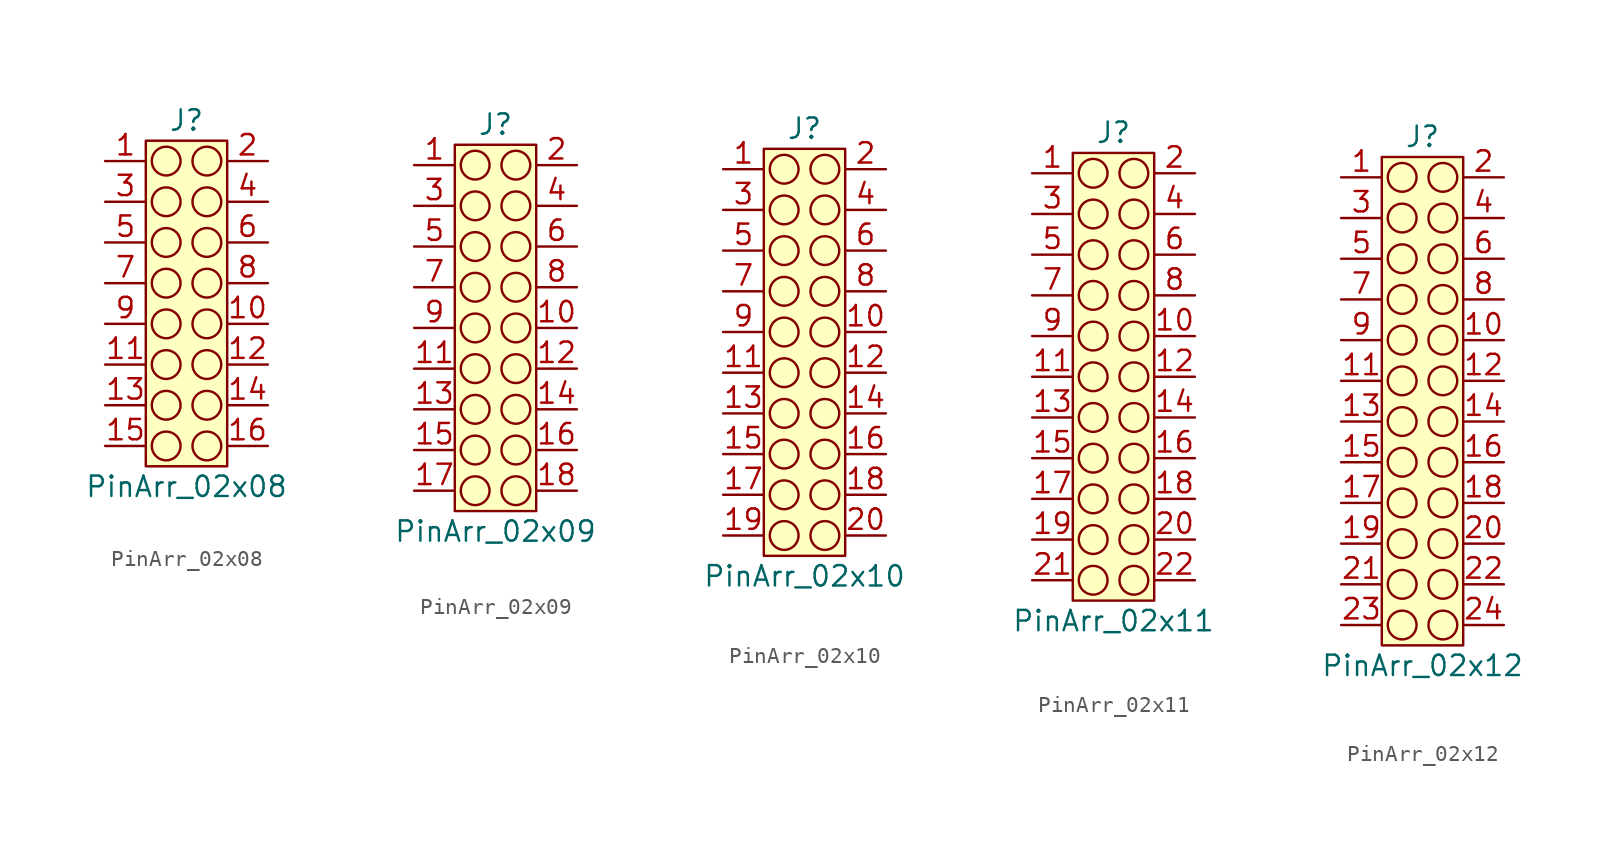
<source format=kicad_sym>
(kicad_symbol_lib
  (version 20220914)
  (generator kicad_symbol_editor)
  (symbol "PinArr_02x08"
    (property "Reference" "J"
      (at 0 11.43 0)
      (effects (font (size 1.27 1.27))))
    (property "Value" "PinArr_02x08"
      (at 0 -11.43 0)
      (effects (font (size 1.27 1.27))))
    (symbol "PinArr_02x08_0_1"
      (circle (center -1.27 -8.89) (radius 0.898) (stroke (width 0) (type default)) (fill (type none)))
      (circle (center -1.27 -6.35) (radius 0.898) (stroke (width 0) (type default)) (fill (type none)))
      (circle (center -1.27 -3.81) (radius 0.898) (stroke (width 0) (type default)) (fill (type none)))
      (circle (center -1.27 -1.27) (radius 0.898) (stroke (width 0) (type default)) (fill (type none)))
      (circle (center -1.27 1.27) (radius 0.898) (stroke (width 0) (type default)) (fill (type none)))
      (circle (center -1.27 3.81) (radius 0.898) (stroke (width 0) (type default)) (fill (type none)))
      (circle (center -1.27 6.35) (radius 0.898) (stroke (width 0) (type default)) (fill (type none)))
      (circle (center -1.27 8.89) (radius 0.898) (stroke (width 0) (type default)) (fill (type none)))
      (circle (center 1.27 -8.89) (radius 0.898) (stroke (width 0) (type default)) (fill (type none)))
      (circle (center 1.27 -6.35) (radius 0.898) (stroke (width 0) (type default)) (fill (type none)))
      (circle (center 1.27 -3.81) (radius 0.898) (stroke (width 0) (type default)) (fill (type none)))
      (circle (center 1.27 -1.27) (radius 0.898) (stroke (width 0) (type default)) (fill (type none)))
      (circle (center 1.27 1.27) (radius 0.898) (stroke (width 0) (type default)) (fill (type none)))
      (circle (center 1.27 3.81) (radius 0.898) (stroke (width 0) (type default)) (fill (type none)))
      (circle (center 1.27 6.35) (radius 0.898) (stroke (width 0) (type default)) (fill (type none)))
      (circle (center 1.27 8.89) (radius 0.898) (stroke (width 0) (type default)) (fill (type none))))
    (symbol "PinArr_02x08_1_1"
      (rectangle (start -2.54 10.16) (end 2.54 -10.16) (stroke (width 0) (type default)) (fill (type background)))
      (pin passive line (at -5.08 8.89 0) (length 2.54) (name "" (effects (font (size 1.27 1.27)))) (number "1" (effects (font (size 1.27 1.27)))))
      (pin passive line (at 5.08 -1.27 180) (length 2.54) (name "" (effects (font (size 1.27 1.27)))) (number "10" (effects (font (size 1.27 1.27)))))
      (pin passive line (at -5.08 -3.81 0) (length 2.54) (name "" (effects (font (size 1.27 1.27)))) (number "11" (effects (font (size 1.27 1.27)))))
      (pin passive line (at 5.08 -3.81 180) (length 2.54) (name "" (effects (font (size 1.27 1.27)))) (number "12" (effects (font (size 1.27 1.27)))))
      (pin passive line (at -5.08 -6.35 0) (length 2.54) (name "" (effects (font (size 1.27 1.27)))) (number "13" (effects (font (size 1.27 1.27)))))
      (pin passive line (at 5.08 -6.35 180) (length 2.54) (name "" (effects (font (size 1.27 1.27)))) (number "14" (effects (font (size 1.27 1.27)))))
      (pin passive line (at -5.08 -8.89 0) (length 2.54) (name "" (effects (font (size 1.27 1.27)))) (number "15" (effects (font (size 1.27 1.27)))))
      (pin passive line (at 5.08 -8.89 180) (length 2.54) (name "" (effects (font (size 1.27 1.27)))) (number "16" (effects (font (size 1.27 1.27)))))
      (pin passive line (at 5.08 8.89 180) (length 2.54) (name "" (effects (font (size 1.27 1.27)))) (number "2" (effects (font (size 1.27 1.27)))))
      (pin passive line (at -5.08 6.35 0) (length 2.54) (name "" (effects (font (size 1.27 1.27)))) (number "3" (effects (font (size 1.27 1.27)))))
      (pin passive line (at 5.08 6.35 180) (length 2.54) (name "" (effects (font (size 1.27 1.27)))) (number "4" (effects (font (size 1.27 1.27)))))
      (pin passive line (at -5.08 3.81 0) (length 2.54) (name "" (effects (font (size 1.27 1.27)))) (number "5" (effects (font (size 1.27 1.27)))))
      (pin passive line (at 5.08 3.81 180) (length 2.54) (name "" (effects (font (size 1.27 1.27)))) (number "6" (effects (font (size 1.27 1.27)))))
      (pin passive line (at -5.08 1.27 0) (length 2.54) (name "" (effects (font (size 1.27 1.27)))) (number "7" (effects (font (size 1.27 1.27)))))
      (pin passive line (at 5.08 1.27 180) (length 2.54) (name "" (effects (font (size 1.27 1.27)))) (number "8" (effects (font (size 1.27 1.27)))))
      (pin passive line (at -5.08 -1.27 0) (length 2.54) (name "" (effects (font (size 1.27 1.27)))) (number "9" (effects (font (size 1.27 1.27)))))))
  (symbol "PinArr_02x09"
    (property "Reference" "J"
      (at 0 12.7 0)
      (effects (font (size 1.27 1.27))))
    (property "Value" "PinArr_02x09"
      (at 0 -12.7 0)
      (effects (font (size 1.27 1.27))))
    (symbol "PinArr_02x09_0_1"
      (circle (center -1.27 -10.16) (radius 0.898) (stroke (width 0) (type default)) (fill (type none)))
      (circle (center -1.27 -7.62) (radius 0.898) (stroke (width 0) (type default)) (fill (type none)))
      (circle (center -1.27 -5.08) (radius 0.898) (stroke (width 0) (type default)) (fill (type none)))
      (circle (center -1.27 -2.54) (radius 0.898) (stroke (width 0) (type default)) (fill (type none)))
      (circle (center -1.27 0) (radius 0.898) (stroke (width 0) (type default)) (fill (type none)))
      (circle (center -1.27 2.54) (radius 0.898) (stroke (width 0) (type default)) (fill (type none)))
      (circle (center -1.27 5.08) (radius 0.898) (stroke (width 0) (type default)) (fill (type none)))
      (circle (center -1.27 7.62) (radius 0.898) (stroke (width 0) (type default)) (fill (type none)))
      (circle (center -1.27 10.16) (radius 0.898) (stroke (width 0) (type default)) (fill (type none)))
      (circle (center 1.27 -10.16) (radius 0.898) (stroke (width 0) (type default)) (fill (type none)))
      (circle (center 1.27 -7.62) (radius 0.898) (stroke (width 0) (type default)) (fill (type none)))
      (circle (center 1.27 -5.08) (radius 0.898) (stroke (width 0) (type default)) (fill (type none)))
      (circle (center 1.27 -2.54) (radius 0.898) (stroke (width 0) (type default)) (fill (type none)))
      (circle (center 1.27 0) (radius 0.898) (stroke (width 0) (type default)) (fill (type none)))
      (circle (center 1.27 2.54) (radius 0.898) (stroke (width 0) (type default)) (fill (type none)))
      (circle (center 1.27 5.08) (radius 0.898) (stroke (width 0) (type default)) (fill (type none)))
      (circle (center 1.27 7.62) (radius 0.898) (stroke (width 0) (type default)) (fill (type none)))
      (circle (center 1.27 10.16) (radius 0.898) (stroke (width 0) (type default)) (fill (type none))))
    (symbol "PinArr_02x09_1_1"
      (rectangle (start -2.54 11.43) (end 2.54 -11.43) (stroke (width 0) (type default)) (fill (type background)))
      (pin passive line (at -5.08 10.16 0) (length 2.54) (name "" (effects (font (size 1.27 1.27)))) (number "1" (effects (font (size 1.27 1.27)))))
      (pin passive line (at 5.08 0 180) (length 2.54) (name "" (effects (font (size 1.27 1.27)))) (number "10" (effects (font (size 1.27 1.27)))))
      (pin passive line (at -5.08 -2.54 0) (length 2.54) (name "" (effects (font (size 1.27 1.27)))) (number "11" (effects (font (size 1.27 1.27)))))
      (pin passive line (at 5.08 -2.54 180) (length 2.54) (name "" (effects (font (size 1.27 1.27)))) (number "12" (effects (font (size 1.27 1.27)))))
      (pin passive line (at -5.08 -5.08 0) (length 2.54) (name "" (effects (font (size 1.27 1.27)))) (number "13" (effects (font (size 1.27 1.27)))))
      (pin passive line (at 5.08 -5.08 180) (length 2.54) (name "" (effects (font (size 1.27 1.27)))) (number "14" (effects (font (size 1.27 1.27)))))
      (pin passive line (at -5.08 -7.62 0) (length 2.54) (name "" (effects (font (size 1.27 1.27)))) (number "15" (effects (font (size 1.27 1.27)))))
      (pin passive line (at 5.08 -7.62 180) (length 2.54) (name "" (effects (font (size 1.27 1.27)))) (number "16" (effects (font (size 1.27 1.27)))))
      (pin passive line (at -5.08 -10.16 0) (length 2.54) (name "" (effects (font (size 1.27 1.27)))) (number "17" (effects (font (size 1.27 1.27)))))
      (pin passive line (at 5.08 -10.16 180) (length 2.54) (name "" (effects (font (size 1.27 1.27)))) (number "18" (effects (font (size 1.27 1.27)))))
      (pin passive line (at 5.08 10.16 180) (length 2.54) (name "" (effects (font (size 1.27 1.27)))) (number "2" (effects (font (size 1.27 1.27)))))
      (pin passive line (at -5.08 7.62 0) (length 2.54) (name "" (effects (font (size 1.27 1.27)))) (number "3" (effects (font (size 1.27 1.27)))))
      (pin passive line (at 5.08 7.62 180) (length 2.54) (name "" (effects (font (size 1.27 1.27)))) (number "4" (effects (font (size 1.27 1.27)))))
      (pin passive line (at -5.08 5.08 0) (length 2.54) (name "" (effects (font (size 1.27 1.27)))) (number "5" (effects (font (size 1.27 1.27)))))
      (pin passive line (at 5.08 5.08 180) (length 2.54) (name "" (effects (font (size 1.27 1.27)))) (number "6" (effects (font (size 1.27 1.27)))))
      (pin passive line (at -5.08 2.54 0) (length 2.54) (name "" (effects (font (size 1.27 1.27)))) (number "7" (effects (font (size 1.27 1.27)))))
      (pin passive line (at 5.08 2.54 180) (length 2.54) (name "" (effects (font (size 1.27 1.27)))) (number "8" (effects (font (size 1.27 1.27)))))
      (pin passive line (at -5.08 0 0) (length 2.54) (name "" (effects (font (size 1.27 1.27)))) (number "9" (effects (font (size 1.27 1.27)))))))
  (symbol "PinArr_02x10"
    (property "Reference" "J"
      (at 0 13.97 0)
      (effects (font (size 1.27 1.27))))
    (property "Value" "PinArr_02x10"
      (at 0 -13.97 0)
      (effects (font (size 1.27 1.27))))
    (symbol "PinArr_02x10_0_1"
      (circle (center -1.27 -11.43) (radius 0.898) (stroke (width 0) (type default)) (fill (type none)))
      (circle (center -1.27 -8.89) (radius 0.898) (stroke (width 0) (type default)) (fill (type none)))
      (circle (center -1.27 -6.35) (radius 0.898) (stroke (width 0) (type default)) (fill (type none)))
      (circle (center -1.27 -3.81) (radius 0.898) (stroke (width 0) (type default)) (fill (type none)))
      (circle (center -1.27 -1.27) (radius 0.898) (stroke (width 0) (type default)) (fill (type none)))
      (circle (center -1.27 1.27) (radius 0.898) (stroke (width 0) (type default)) (fill (type none)))
      (circle (center -1.27 3.81) (radius 0.898) (stroke (width 0) (type default)) (fill (type none)))
      (circle (center -1.27 6.35) (radius 0.898) (stroke (width 0) (type default)) (fill (type none)))
      (circle (center -1.27 8.89) (radius 0.898) (stroke (width 0) (type default)) (fill (type none)))
      (circle (center -1.27 11.43) (radius 0.898) (stroke (width 0) (type default)) (fill (type none)))
      (circle (center 1.27 -11.43) (radius 0.898) (stroke (width 0) (type default)) (fill (type none)))
      (circle (center 1.27 -8.89) (radius 0.898) (stroke (width 0) (type default)) (fill (type none)))
      (circle (center 1.27 -6.35) (radius 0.898) (stroke (width 0) (type default)) (fill (type none)))
      (circle (center 1.27 -3.81) (radius 0.898) (stroke (width 0) (type default)) (fill (type none)))
      (circle (center 1.27 -1.27) (radius 0.898) (stroke (width 0) (type default)) (fill (type none)))
      (circle (center 1.27 1.27) (radius 0.898) (stroke (width 0) (type default)) (fill (type none)))
      (circle (center 1.27 3.81) (radius 0.898) (stroke (width 0) (type default)) (fill (type none)))
      (circle (center 1.27 6.35) (radius 0.898) (stroke (width 0) (type default)) (fill (type none)))
      (circle (center 1.27 8.89) (radius 0.898) (stroke (width 0) (type default)) (fill (type none)))
      (circle (center 1.27 11.43) (radius 0.898) (stroke (width 0) (type default)) (fill (type none))))
    (symbol "PinArr_02x10_1_1"
      (rectangle (start -2.54 12.7) (end 2.54 -12.7) (stroke (width 0) (type default)) (fill (type background)))
      (pin passive line (at -5.08 11.43 0) (length 2.54) (name "" (effects (font (size 1.27 1.27)))) (number "1" (effects (font (size 1.27 1.27)))))
      (pin passive line (at 5.08 1.27 180) (length 2.54) (name "" (effects (font (size 1.27 1.27)))) (number "10" (effects (font (size 1.27 1.27)))))
      (pin passive line (at -5.08 -1.27 0) (length 2.54) (name "" (effects (font (size 1.27 1.27)))) (number "11" (effects (font (size 1.27 1.27)))))
      (pin passive line (at 5.08 -1.27 180) (length 2.54) (name "" (effects (font (size 1.27 1.27)))) (number "12" (effects (font (size 1.27 1.27)))))
      (pin passive line (at -5.08 -3.81 0) (length 2.54) (name "" (effects (font (size 1.27 1.27)))) (number "13" (effects (font (size 1.27 1.27)))))
      (pin passive line (at 5.08 -3.81 180) (length 2.54) (name "" (effects (font (size 1.27 1.27)))) (number "14" (effects (font (size 1.27 1.27)))))
      (pin passive line (at -5.08 -6.35 0) (length 2.54) (name "" (effects (font (size 1.27 1.27)))) (number "15" (effects (font (size 1.27 1.27)))))
      (pin passive line (at 5.08 -6.35 180) (length 2.54) (name "" (effects (font (size 1.27 1.27)))) (number "16" (effects (font (size 1.27 1.27)))))
      (pin passive line (at -5.08 -8.89 0) (length 2.54) (name "" (effects (font (size 1.27 1.27)))) (number "17" (effects (font (size 1.27 1.27)))))
      (pin passive line (at 5.08 -8.89 180) (length 2.54) (name "" (effects (font (size 1.27 1.27)))) (number "18" (effects (font (size 1.27 1.27)))))
      (pin passive line (at -5.08 -11.43 0) (length 2.54) (name "" (effects (font (size 1.27 1.27)))) (number "19" (effects (font (size 1.27 1.27)))))
      (pin passive line (at 5.08 11.43 180) (length 2.54) (name "" (effects (font (size 1.27 1.27)))) (number "2" (effects (font (size 1.27 1.27)))))
      (pin passive line (at 5.08 -11.43 180) (length 2.54) (name "" (effects (font (size 1.27 1.27)))) (number "20" (effects (font (size 1.27 1.27)))))
      (pin passive line (at -5.08 8.89 0) (length 2.54) (name "" (effects (font (size 1.27 1.27)))) (number "3" (effects (font (size 1.27 1.27)))))
      (pin passive line (at 5.08 8.89 180) (length 2.54) (name "" (effects (font (size 1.27 1.27)))) (number "4" (effects (font (size 1.27 1.27)))))
      (pin passive line (at -5.08 6.35 0) (length 2.54) (name "" (effects (font (size 1.27 1.27)))) (number "5" (effects (font (size 1.27 1.27)))))
      (pin passive line (at 5.08 6.35 180) (length 2.54) (name "" (effects (font (size 1.27 1.27)))) (number "6" (effects (font (size 1.27 1.27)))))
      (pin passive line (at -5.08 3.81 0) (length 2.54) (name "" (effects (font (size 1.27 1.27)))) (number "7" (effects (font (size 1.27 1.27)))))
      (pin passive line (at 5.08 3.81 180) (length 2.54) (name "" (effects (font (size 1.27 1.27)))) (number "8" (effects (font (size 1.27 1.27)))))
      (pin passive line (at -5.08 1.27 0) (length 2.54) (name "" (effects (font (size 1.27 1.27)))) (number "9" (effects (font (size 1.27 1.27)))))))
  (symbol "PinArr_02x11"
    (property "Reference" "J"
      (at 0 15.24 0)
      (effects (font (size 1.27 1.27))))
    (property "Value" "PinArr_02x11"
      (at 0 -15.24 0)
      (effects (font (size 1.27 1.27))))
    (symbol "PinArr_02x11_0_1"
      (circle (center -1.27 -12.7) (radius 0.898) (stroke (width 0) (type default)) (fill (type none)))
      (circle (center -1.27 -10.16) (radius 0.898) (stroke (width 0) (type default)) (fill (type none)))
      (circle (center -1.27 -7.62) (radius 0.898) (stroke (width 0) (type default)) (fill (type none)))
      (circle (center -1.27 -5.08) (radius 0.898) (stroke (width 0) (type default)) (fill (type none)))
      (circle (center -1.27 -2.54) (radius 0.898) (stroke (width 0) (type default)) (fill (type none)))
      (circle (center -1.27 0) (radius 0.898) (stroke (width 0) (type default)) (fill (type none)))
      (circle (center -1.27 2.54) (radius 0.898) (stroke (width 0) (type default)) (fill (type none)))
      (circle (center -1.27 5.08) (radius 0.898) (stroke (width 0) (type default)) (fill (type none)))
      (circle (center -1.27 7.62) (radius 0.898) (stroke (width 0) (type default)) (fill (type none)))
      (circle (center -1.27 10.16) (radius 0.898) (stroke (width 0) (type default)) (fill (type none)))
      (circle (center -1.27 12.7) (radius 0.898) (stroke (width 0) (type default)) (fill (type none)))
      (circle (center 1.27 -12.7) (radius 0.898) (stroke (width 0) (type default)) (fill (type none)))
      (circle (center 1.27 -10.16) (radius 0.898) (stroke (width 0) (type default)) (fill (type none)))
      (circle (center 1.27 -7.62) (radius 0.898) (stroke (width 0) (type default)) (fill (type none)))
      (circle (center 1.27 -5.08) (radius 0.898) (stroke (width 0) (type default)) (fill (type none)))
      (circle (center 1.27 -2.54) (radius 0.898) (stroke (width 0) (type default)) (fill (type none)))
      (circle (center 1.27 0) (radius 0.898) (stroke (width 0) (type default)) (fill (type none)))
      (circle (center 1.27 2.54) (radius 0.898) (stroke (width 0) (type default)) (fill (type none)))
      (circle (center 1.27 5.08) (radius 0.898) (stroke (width 0) (type default)) (fill (type none)))
      (circle (center 1.27 7.62) (radius 0.898) (stroke (width 0) (type default)) (fill (type none)))
      (circle (center 1.27 10.16) (radius 0.898) (stroke (width 0) (type default)) (fill (type none)))
      (circle (center 1.27 12.7) (radius 0.898) (stroke (width 0) (type default)) (fill (type none))))
    (symbol "PinArr_02x11_1_1"
      (rectangle (start -2.54 13.97) (end 2.54 -13.97) (stroke (width 0) (type default)) (fill (type background)))
      (pin passive line (at -5.08 12.7 0) (length 2.54) (name "" (effects (font (size 1.27 1.27)))) (number "1" (effects (font (size 1.27 1.27)))))
      (pin passive line (at 5.08 2.54 180) (length 2.54) (name "" (effects (font (size 1.27 1.27)))) (number "10" (effects (font (size 1.27 1.27)))))
      (pin passive line (at -5.08 0 0) (length 2.54) (name "" (effects (font (size 1.27 1.27)))) (number "11" (effects (font (size 1.27 1.27)))))
      (pin passive line (at 5.08 0 180) (length 2.54) (name "" (effects (font (size 1.27 1.27)))) (number "12" (effects (font (size 1.27 1.27)))))
      (pin passive line (at -5.08 -2.54 0) (length 2.54) (name "" (effects (font (size 1.27 1.27)))) (number "13" (effects (font (size 1.27 1.27)))))
      (pin passive line (at 5.08 -2.54 180) (length 2.54) (name "" (effects (font (size 1.27 1.27)))) (number "14" (effects (font (size 1.27 1.27)))))
      (pin passive line (at -5.08 -5.08 0) (length 2.54) (name "" (effects (font (size 1.27 1.27)))) (number "15" (effects (font (size 1.27 1.27)))))
      (pin passive line (at 5.08 -5.08 180) (length 2.54) (name "" (effects (font (size 1.27 1.27)))) (number "16" (effects (font (size 1.27 1.27)))))
      (pin passive line (at -5.08 -7.62 0) (length 2.54) (name "" (effects (font (size 1.27 1.27)))) (number "17" (effects (font (size 1.27 1.27)))))
      (pin passive line (at 5.08 -7.62 180) (length 2.54) (name "" (effects (font (size 1.27 1.27)))) (number "18" (effects (font (size 1.27 1.27)))))
      (pin passive line (at -5.08 -10.16 0) (length 2.54) (name "" (effects (font (size 1.27 1.27)))) (number "19" (effects (font (size 1.27 1.27)))))
      (pin passive line (at 5.08 12.7 180) (length 2.54) (name "" (effects (font (size 1.27 1.27)))) (number "2" (effects (font (size 1.27 1.27)))))
      (pin passive line (at 5.08 -10.16 180) (length 2.54) (name "" (effects (font (size 1.27 1.27)))) (number "20" (effects (font (size 1.27 1.27)))))
      (pin passive line (at -5.08 -12.7 0) (length 2.54) (name "" (effects (font (size 1.27 1.27)))) (number "21" (effects (font (size 1.27 1.27)))))
      (pin passive line (at 5.08 -12.7 180) (length 2.54) (name "" (effects (font (size 1.27 1.27)))) (number "22" (effects (font (size 1.27 1.27)))))
      (pin passive line (at -5.08 10.16 0) (length 2.54) (name "" (effects (font (size 1.27 1.27)))) (number "3" (effects (font (size 1.27 1.27)))))
      (pin passive line (at 5.08 10.16 180) (length 2.54) (name "" (effects (font (size 1.27 1.27)))) (number "4" (effects (font (size 1.27 1.27)))))
      (pin passive line (at -5.08 7.62 0) (length 2.54) (name "" (effects (font (size 1.27 1.27)))) (number "5" (effects (font (size 1.27 1.27)))))
      (pin passive line (at 5.08 7.62 180) (length 2.54) (name "" (effects (font (size 1.27 1.27)))) (number "6" (effects (font (size 1.27 1.27)))))
      (pin passive line (at -5.08 5.08 0) (length 2.54) (name "" (effects (font (size 1.27 1.27)))) (number "7" (effects (font (size 1.27 1.27)))))
      (pin passive line (at 5.08 5.08 180) (length 2.54) (name "" (effects (font (size 1.27 1.27)))) (number "8" (effects (font (size 1.27 1.27)))))
      (pin passive line (at -5.08 2.54 0) (length 2.54) (name "" (effects (font (size 1.27 1.27)))) (number "9" (effects (font (size 1.27 1.27)))))))
  (symbol "PinArr_02x12"
    (property "Reference" "J"
      (at 0 16.51 0)
      (effects (font (size 1.27 1.27))))
    (property "Value" "PinArr_02x12"
      (at 0 -16.51 0)
      (effects (font (size 1.27 1.27))))
    (symbol "PinArr_02x12_0_1"
      (circle (center -1.27 -13.97) (radius 0.898) (stroke (width 0) (type default)) (fill (type none)))
      (circle (center -1.27 -11.43) (radius 0.898) (stroke (width 0) (type default)) (fill (type none)))
      (circle (center -1.27 -8.89) (radius 0.898) (stroke (width 0) (type default)) (fill (type none)))
      (circle (center -1.27 -6.35) (radius 0.898) (stroke (width 0) (type default)) (fill (type none)))
      (circle (center -1.27 -3.81) (radius 0.898) (stroke (width 0) (type default)) (fill (type none)))
      (circle (center -1.27 -1.27) (radius 0.898) (stroke (width 0) (type default)) (fill (type none)))
      (circle (center -1.27 1.27) (radius 0.898) (stroke (width 0) (type default)) (fill (type none)))
      (circle (center -1.27 3.81) (radius 0.898) (stroke (width 0) (type default)) (fill (type none)))
      (circle (center -1.27 6.35) (radius 0.898) (stroke (width 0) (type default)) (fill (type none)))
      (circle (center -1.27 8.89) (radius 0.898) (stroke (width 0) (type default)) (fill (type none)))
      (circle (center -1.27 11.43) (radius 0.898) (stroke (width 0) (type default)) (fill (type none)))
      (circle (center -1.27 13.97) (radius 0.898) (stroke (width 0) (type default)) (fill (type none)))
      (circle (center 1.27 -13.97) (radius 0.898) (stroke (width 0) (type default)) (fill (type none)))
      (circle (center 1.27 -11.43) (radius 0.898) (stroke (width 0) (type default)) (fill (type none)))
      (circle (center 1.27 -8.89) (radius 0.898) (stroke (width 0) (type default)) (fill (type none)))
      (circle (center 1.27 -6.35) (radius 0.898) (stroke (width 0) (type default)) (fill (type none)))
      (circle (center 1.27 -3.81) (radius 0.898) (stroke (width 0) (type default)) (fill (type none)))
      (circle (center 1.27 -1.27) (radius 0.898) (stroke (width 0) (type default)) (fill (type none)))
      (circle (center 1.27 1.27) (radius 0.898) (stroke (width 0) (type default)) (fill (type none)))
      (circle (center 1.27 3.81) (radius 0.898) (stroke (width 0) (type default)) (fill (type none)))
      (circle (center 1.27 6.35) (radius 0.898) (stroke (width 0) (type default)) (fill (type none)))
      (circle (center 1.27 8.89) (radius 0.898) (stroke (width 0) (type default)) (fill (type none)))
      (circle (center 1.27 11.43) (radius 0.898) (stroke (width 0) (type default)) (fill (type none)))
      (circle (center 1.27 13.97) (radius 0.898) (stroke (width 0) (type default)) (fill (type none))))
    (symbol "PinArr_02x12_1_1"
      (rectangle (start -2.54 15.24) (end 2.54 -15.24) (stroke (width 0) (type default)) (fill (type background)))
      (pin passive line (at -5.08 13.97 0) (length 2.54) (name "" (effects (font (size 1.27 1.27)))) (number "1" (effects (font (size 1.27 1.27)))))
      (pin passive line (at 5.08 3.81 180) (length 2.54) (name "" (effects (font (size 1.27 1.27)))) (number "10" (effects (font (size 1.27 1.27)))))
      (pin passive line (at -5.08 1.27 0) (length 2.54) (name "" (effects (font (size 1.27 1.27)))) (number "11" (effects (font (size 1.27 1.27)))))
      (pin passive line (at 5.08 1.27 180) (length 2.54) (name "" (effects (font (size 1.27 1.27)))) (number "12" (effects (font (size 1.27 1.27)))))
      (pin passive line (at -5.08 -1.27 0) (length 2.54) (name "" (effects (font (size 1.27 1.27)))) (number "13" (effects (font (size 1.27 1.27)))))
      (pin passive line (at 5.08 -1.27 180) (length 2.54) (name "" (effects (font (size 1.27 1.27)))) (number "14" (effects (font (size 1.27 1.27)))))
      (pin passive line (at -5.08 -3.81 0) (length 2.54) (name "" (effects (font (size 1.27 1.27)))) (number "15" (effects (font (size 1.27 1.27)))))
      (pin passive line (at 5.08 -3.81 180) (length 2.54) (name "" (effects (font (size 1.27 1.27)))) (number "16" (effects (font (size 1.27 1.27)))))
      (pin passive line (at -5.08 -6.35 0) (length 2.54) (name "" (effects (font (size 1.27 1.27)))) (number "17" (effects (font (size 1.27 1.27)))))
      (pin passive line (at 5.08 -6.35 180) (length 2.54) (name "" (effects (font (size 1.27 1.27)))) (number "18" (effects (font (size 1.27 1.27)))))
      (pin passive line (at -5.08 -8.89 0) (length 2.54) (name "" (effects (font (size 1.27 1.27)))) (number "19" (effects (font (size 1.27 1.27)))))
      (pin passive line (at 5.08 13.97 180) (length 2.54) (name "" (effects (font (size 1.27 1.27)))) (number "2" (effects (font (size 1.27 1.27)))))
      (pin passive line (at 5.08 -8.89 180) (length 2.54) (name "" (effects (font (size 1.27 1.27)))) (number "20" (effects (font (size 1.27 1.27)))))
      (pin passive line (at -5.08 -11.43 0) (length 2.54) (name "" (effects (font (size 1.27 1.27)))) (number "21" (effects (font (size 1.27 1.27)))))
      (pin passive line (at 5.08 -11.43 180) (length 2.54) (name "" (effects (font (size 1.27 1.27)))) (number "22" (effects (font (size 1.27 1.27)))))
      (pin passive line (at -5.08 -13.97 0) (length 2.54) (name "" (effects (font (size 1.27 1.27)))) (number "23" (effects (font (size 1.27 1.27)))))
      (pin passive line (at 5.08 -13.97 180) (length 2.54) (name "" (effects (font (size 1.27 1.27)))) (number "24" (effects (font (size 1.27 1.27)))))
      (pin passive line (at -5.08 11.43 0) (length 2.54) (name "" (effects (font (size 1.27 1.27)))) (number "3" (effects (font (size 1.27 1.27)))))
      (pin passive line (at 5.08 11.43 180) (length 2.54) (name "" (effects (font (size 1.27 1.27)))) (number "4" (effects (font (size 1.27 1.27)))))
      (pin passive line (at -5.08 8.89 0) (length 2.54) (name "" (effects (font (size 1.27 1.27)))) (number "5" (effects (font (size 1.27 1.27)))))
      (pin passive line (at 5.08 8.89 180) (length 2.54) (name "" (effects (font (size 1.27 1.27)))) (number "6" (effects (font (size 1.27 1.27)))))
      (pin passive line (at -5.08 6.35 0) (length 2.54) (name "" (effects (font (size 1.27 1.27)))) (number "7" (effects (font (size 1.27 1.27)))))
      (pin passive line (at 5.08 6.35 180) (length 2.54) (name "" (effects (font (size 1.27 1.27)))) (number "8" (effects (font (size 1.27 1.27)))))
      (pin passive line (at -5.08 3.81 0) (length 2.54) (name "" (effects (font (size 1.27 1.27)))) (number "9" (effects (font (size 1.27 1.27))))))))
</source>
